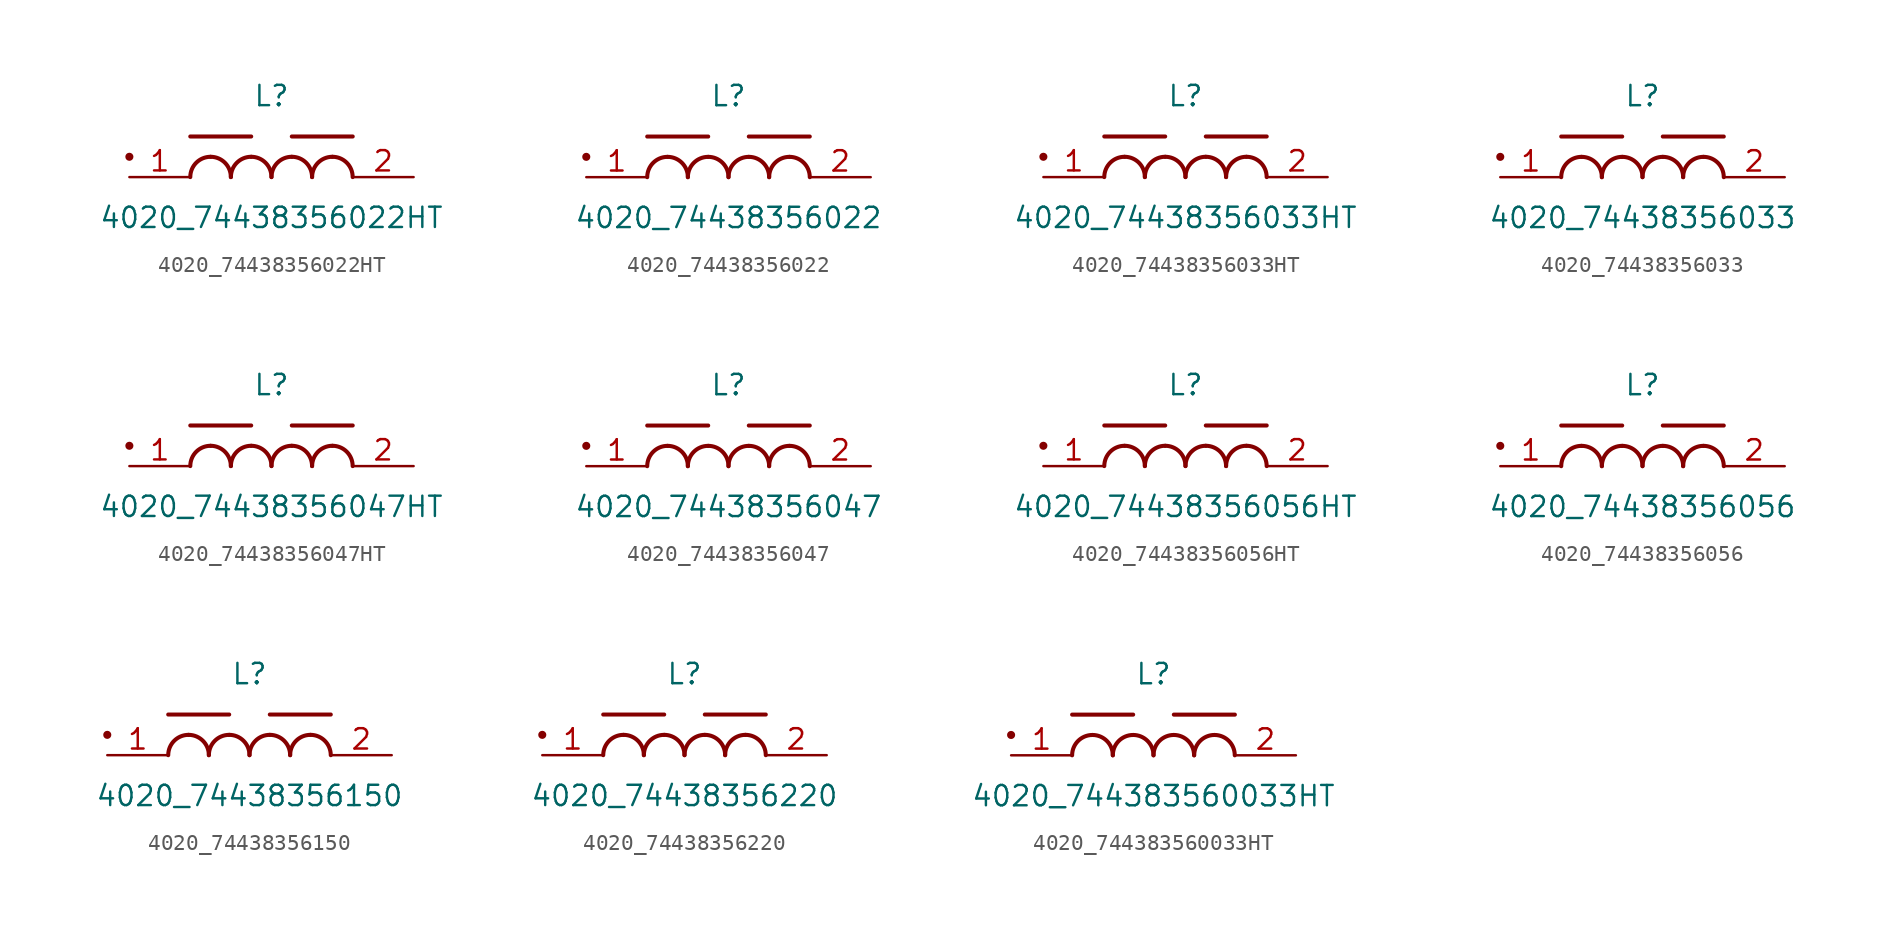
<source format=kicad_sym>
(kicad_symbol_lib
  (version 20211014)
  (generator kicad_symbol_editor)
  (symbol "Inductor_Wurth_WE-MAPI:4020_74438356022HT"
    (pin_names hide)
    (property "Reference" "L"
      (at 0 5.08 0)
      (effects (font (size 1.27 1.27))))
    (property "Value" "4020_74438356022HT"
      (at 0 -2.54 0)
      (effects (font (size 1.27 1.27))))
    (symbol "4020_74438356022HT_0_1"
      (circle (center -8.89 1.27) (radius 0.0001) (stroke (width 0.254)) (stroke (width 0.254) (type default) (color 0 0 0 0)) (fill (type none)))
      (arc (start -3.81 1.27) (mid -4.708 0.898) (end -5.08 0) (stroke (width 0.254) (type default) (color 0 0 0 0)) (fill (type none)))
      (arc (start -2.54 0) (mid -2.912 0.898) (end -3.81 1.27) (stroke (width 0.254) (type default) (color 0 0 0 0)) (fill (type none)))
      (arc (start -1.2699 1.2701) (mid -2.1679 0.8981) (end -2.5399 0.0001) (stroke (width 0.254) (type default) (color 0 0 0 0)) (fill (type none)))
      (polyline (pts (xy -5.08 2.54) (xy -1.27 2.54)) (stroke (width 0.254) (type default) (color 0 0 0 0)) (fill (type none)))
      (polyline (pts (xy 5.08 2.54) (xy 1.27 2.54)) (stroke (width 0.254) (type default) (color 0 0 0 0)) (fill (type none)))
      (arc (start 0.0001 0.0001) (mid -0.3719 0.8981) (end -1.2699 1.2701) (stroke (width 0.254) (type default) (color 0 0 0 0)) (fill (type none)))
      (arc (start 1.2701 1.2701) (mid 0.3721 0.8981) (end 0.0001 0.0001) (stroke (width 0.254) (type default) (color 0 0 0 0)) (fill (type none)))
      (arc (start 2.5401 0.0001) (mid 2.1681 0.8981) (end 1.2701 1.2701) (stroke (width 0.254) (type default) (color 0 0 0 0)) (fill (type none)))
      (arc (start 3.8101 1.2701) (mid 2.9121 0.8981) (end 2.5401 0.0001) (stroke (width 0.254) (type default) (color 0 0 0 0)) (fill (type none)))
      (arc (start 5.0801 0.0001) (mid 4.7081 0.8981) (end 3.8101 1.2701) (stroke (width 0.254) (type default) (color 0 0 0 0)) (fill (type none))))
    (symbol "4020_74438356022HT_1_1"
      (pin passive line (at -8.89 0 0) (length 3.81) (name "1" (effects (font (size 1.27 1.27)))) (number "1" (effects (font (size 1.27 1.27)))))
      (pin passive line (at 8.89 0 180) (length 3.81) (name "2" (effects (font (size 1.27 1.27)))) (number "2" (effects (font (size 1.27 1.27)))))))
  (symbol "Inductor_Wurth_WE-MAPI:4020_74438356022"
    (pin_names hide)
    (property "Reference" "L"
      (at 0 5.08 0)
      (effects (font (size 1.27 1.27))))
    (property "Value" "4020_74438356022"
      (at 0 -2.54 0)
      (effects (font (size 1.27 1.27))))
    (symbol "4020_74438356022_0_1"
      (circle (center -8.89 1.27) (radius 0.0001) (stroke (width 0.254)) (stroke (width 0.254) (type default) (color 0 0 0 0)) (fill (type none)))
      (arc (start -3.81 1.27) (mid -4.708 0.898) (end -5.08 0) (stroke (width 0.254) (type default) (color 0 0 0 0)) (fill (type none)))
      (arc (start -2.54 0) (mid -2.912 0.898) (end -3.81 1.27) (stroke (width 0.254) (type default) (color 0 0 0 0)) (fill (type none)))
      (arc (start -1.2699 1.2701) (mid -2.1679 0.8981) (end -2.5399 0.0001) (stroke (width 0.254) (type default) (color 0 0 0 0)) (fill (type none)))
      (polyline (pts (xy -5.08 2.54) (xy -1.27 2.54)) (stroke (width 0.254) (type default) (color 0 0 0 0)) (fill (type none)))
      (polyline (pts (xy 5.08 2.54) (xy 1.27 2.54)) (stroke (width 0.254) (type default) (color 0 0 0 0)) (fill (type none)))
      (arc (start 0.0001 0.0001) (mid -0.3719 0.8981) (end -1.2699 1.2701) (stroke (width 0.254) (type default) (color 0 0 0 0)) (fill (type none)))
      (arc (start 1.2701 1.2701) (mid 0.3721 0.8981) (end 0.0001 0.0001) (stroke (width 0.254) (type default) (color 0 0 0 0)) (fill (type none)))
      (arc (start 2.5401 0.0001) (mid 2.1681 0.8981) (end 1.2701 1.2701) (stroke (width 0.254) (type default) (color 0 0 0 0)) (fill (type none)))
      (arc (start 3.8101 1.2701) (mid 2.9121 0.8981) (end 2.5401 0.0001) (stroke (width 0.254) (type default) (color 0 0 0 0)) (fill (type none)))
      (arc (start 5.0801 0.0001) (mid 4.7081 0.8981) (end 3.8101 1.2701) (stroke (width 0.254) (type default) (color 0 0 0 0)) (fill (type none))))
    (symbol "4020_74438356022_1_1"
      (pin passive line (at -8.89 0 0) (length 3.81) (name "1" (effects (font (size 1.27 1.27)))) (number "1" (effects (font (size 1.27 1.27)))))
      (pin passive line (at 8.89 0 180) (length 3.81) (name "2" (effects (font (size 1.27 1.27)))) (number "2" (effects (font (size 1.27 1.27)))))))
  (symbol "Inductor_Wurth_WE-MAPI:4020_74438356033HT"
    (pin_names hide)
    (property "Reference" "L"
      (at 0 5.08 0)
      (effects (font (size 1.27 1.27))))
    (property "Value" "4020_74438356033HT"
      (at 0 -2.54 0)
      (effects (font (size 1.27 1.27))))
    (symbol "4020_74438356033HT_0_1"
      (circle (center -8.89 1.27) (radius 0.0001) (stroke (width 0.254)) (stroke (width 0.254) (type default) (color 0 0 0 0)) (fill (type none)))
      (arc (start -3.81 1.27) (mid -4.708 0.898) (end -5.08 0) (stroke (width 0.254) (type default) (color 0 0 0 0)) (fill (type none)))
      (arc (start -2.54 0) (mid -2.912 0.898) (end -3.81 1.27) (stroke (width 0.254) (type default) (color 0 0 0 0)) (fill (type none)))
      (arc (start -1.2699 1.2701) (mid -2.1679 0.8981) (end -2.5399 0.0001) (stroke (width 0.254) (type default) (color 0 0 0 0)) (fill (type none)))
      (polyline (pts (xy -5.08 2.54) (xy -1.27 2.54)) (stroke (width 0.254) (type default) (color 0 0 0 0)) (fill (type none)))
      (polyline (pts (xy 5.08 2.54) (xy 1.27 2.54)) (stroke (width 0.254) (type default) (color 0 0 0 0)) (fill (type none)))
      (arc (start 0.0001 0.0001) (mid -0.3719 0.8981) (end -1.2699 1.2701) (stroke (width 0.254) (type default) (color 0 0 0 0)) (fill (type none)))
      (arc (start 1.2701 1.2701) (mid 0.3721 0.8981) (end 0.0001 0.0001) (stroke (width 0.254) (type default) (color 0 0 0 0)) (fill (type none)))
      (arc (start 2.5401 0.0001) (mid 2.1681 0.8981) (end 1.2701 1.2701) (stroke (width 0.254) (type default) (color 0 0 0 0)) (fill (type none)))
      (arc (start 3.8101 1.2701) (mid 2.9121 0.8981) (end 2.5401 0.0001) (stroke (width 0.254) (type default) (color 0 0 0 0)) (fill (type none)))
      (arc (start 5.0801 0.0001) (mid 4.7081 0.8981) (end 3.8101 1.2701) (stroke (width 0.254) (type default) (color 0 0 0 0)) (fill (type none))))
    (symbol "4020_74438356033HT_1_1"
      (pin passive line (at -8.89 0 0) (length 3.81) (name "1" (effects (font (size 1.27 1.27)))) (number "1" (effects (font (size 1.27 1.27)))))
      (pin passive line (at 8.89 0 180) (length 3.81) (name "2" (effects (font (size 1.27 1.27)))) (number "2" (effects (font (size 1.27 1.27)))))))
  (symbol "Inductor_Wurth_WE-MAPI:4020_74438356033"
    (pin_names hide)
    (property "Reference" "L"
      (at 0 5.08 0)
      (effects (font (size 1.27 1.27))))
    (property "Value" "4020_74438356033"
      (at 0 -2.54 0)
      (effects (font (size 1.27 1.27))))
    (symbol "4020_74438356033_0_1"
      (circle (center -8.89 1.27) (radius 0.0001) (stroke (width 0.254)) (stroke (width 0.254) (type default) (color 0 0 0 0)) (fill (type none)))
      (arc (start -3.81 1.27) (mid -4.708 0.898) (end -5.08 0) (stroke (width 0.254) (type default) (color 0 0 0 0)) (fill (type none)))
      (arc (start -2.54 0) (mid -2.912 0.898) (end -3.81 1.27) (stroke (width 0.254) (type default) (color 0 0 0 0)) (fill (type none)))
      (arc (start -1.2699 1.2701) (mid -2.1679 0.8981) (end -2.5399 0.0001) (stroke (width 0.254) (type default) (color 0 0 0 0)) (fill (type none)))
      (polyline (pts (xy -5.08 2.54) (xy -1.27 2.54)) (stroke (width 0.254) (type default) (color 0 0 0 0)) (fill (type none)))
      (polyline (pts (xy 5.08 2.54) (xy 1.27 2.54)) (stroke (width 0.254) (type default) (color 0 0 0 0)) (fill (type none)))
      (arc (start 0.0001 0.0001) (mid -0.3719 0.8981) (end -1.2699 1.2701) (stroke (width 0.254) (type default) (color 0 0 0 0)) (fill (type none)))
      (arc (start 1.2701 1.2701) (mid 0.3721 0.8981) (end 0.0001 0.0001) (stroke (width 0.254) (type default) (color 0 0 0 0)) (fill (type none)))
      (arc (start 2.5401 0.0001) (mid 2.1681 0.8981) (end 1.2701 1.2701) (stroke (width 0.254) (type default) (color 0 0 0 0)) (fill (type none)))
      (arc (start 3.8101 1.2701) (mid 2.9121 0.8981) (end 2.5401 0.0001) (stroke (width 0.254) (type default) (color 0 0 0 0)) (fill (type none)))
      (arc (start 5.0801 0.0001) (mid 4.7081 0.8981) (end 3.8101 1.2701) (stroke (width 0.254) (type default) (color 0 0 0 0)) (fill (type none))))
    (symbol "4020_74438356033_1_1"
      (pin passive line (at -8.89 0 0) (length 3.81) (name "1" (effects (font (size 1.27 1.27)))) (number "1" (effects (font (size 1.27 1.27)))))
      (pin passive line (at 8.89 0 180) (length 3.81) (name "2" (effects (font (size 1.27 1.27)))) (number "2" (effects (font (size 1.27 1.27)))))))
  (symbol "Inductor_Wurth_WE-MAPI:4020_74438356047HT"
    (pin_names hide)
    (property "Reference" "L"
      (at 0 5.08 0)
      (effects (font (size 1.27 1.27))))
    (property "Value" "4020_74438356047HT"
      (at 0 -2.54 0)
      (effects (font (size 1.27 1.27))))
    (symbol "4020_74438356047HT_0_1"
      (circle (center -8.89 1.27) (radius 0.0001) (stroke (width 0.254)) (stroke (width 0.254) (type default) (color 0 0 0 0)) (fill (type none)))
      (arc (start -3.81 1.27) (mid -4.708 0.898) (end -5.08 0) (stroke (width 0.254) (type default) (color 0 0 0 0)) (fill (type none)))
      (arc (start -2.54 0) (mid -2.912 0.898) (end -3.81 1.27) (stroke (width 0.254) (type default) (color 0 0 0 0)) (fill (type none)))
      (arc (start -1.2699 1.2701) (mid -2.1679 0.8981) (end -2.5399 0.0001) (stroke (width 0.254) (type default) (color 0 0 0 0)) (fill (type none)))
      (polyline (pts (xy -5.08 2.54) (xy -1.27 2.54)) (stroke (width 0.254) (type default) (color 0 0 0 0)) (fill (type none)))
      (polyline (pts (xy 5.08 2.54) (xy 1.27 2.54)) (stroke (width 0.254) (type default) (color 0 0 0 0)) (fill (type none)))
      (arc (start 0.0001 0.0001) (mid -0.3719 0.8981) (end -1.2699 1.2701) (stroke (width 0.254) (type default) (color 0 0 0 0)) (fill (type none)))
      (arc (start 1.2701 1.2701) (mid 0.3721 0.8981) (end 0.0001 0.0001) (stroke (width 0.254) (type default) (color 0 0 0 0)) (fill (type none)))
      (arc (start 2.5401 0.0001) (mid 2.1681 0.8981) (end 1.2701 1.2701) (stroke (width 0.254) (type default) (color 0 0 0 0)) (fill (type none)))
      (arc (start 3.8101 1.2701) (mid 2.9121 0.8981) (end 2.5401 0.0001) (stroke (width 0.254) (type default) (color 0 0 0 0)) (fill (type none)))
      (arc (start 5.0801 0.0001) (mid 4.7081 0.8981) (end 3.8101 1.2701) (stroke (width 0.254) (type default) (color 0 0 0 0)) (fill (type none))))
    (symbol "4020_74438356047HT_1_1"
      (pin passive line (at -8.89 0 0) (length 3.81) (name "1" (effects (font (size 1.27 1.27)))) (number "1" (effects (font (size 1.27 1.27)))))
      (pin passive line (at 8.89 0 180) (length 3.81) (name "2" (effects (font (size 1.27 1.27)))) (number "2" (effects (font (size 1.27 1.27)))))))
  (symbol "Inductor_Wurth_WE-MAPI:4020_74438356047"
    (pin_names hide)
    (property "Reference" "L"
      (at 0 5.08 0)
      (effects (font (size 1.27 1.27))))
    (property "Value" "4020_74438356047"
      (at 0 -2.54 0)
      (effects (font (size 1.27 1.27))))
    (symbol "4020_74438356047_0_1"
      (circle (center -8.89 1.27) (radius 0.0001) (stroke (width 0.254)) (stroke (width 0.254) (type default) (color 0 0 0 0)) (fill (type none)))
      (arc (start -3.81 1.27) (mid -4.708 0.898) (end -5.08 0) (stroke (width 0.254) (type default) (color 0 0 0 0)) (fill (type none)))
      (arc (start -2.54 0) (mid -2.912 0.898) (end -3.81 1.27) (stroke (width 0.254) (type default) (color 0 0 0 0)) (fill (type none)))
      (arc (start -1.2699 1.2701) (mid -2.1679 0.8981) (end -2.5399 0.0001) (stroke (width 0.254) (type default) (color 0 0 0 0)) (fill (type none)))
      (polyline (pts (xy -5.08 2.54) (xy -1.27 2.54)) (stroke (width 0.254) (type default) (color 0 0 0 0)) (fill (type none)))
      (polyline (pts (xy 5.08 2.54) (xy 1.27 2.54)) (stroke (width 0.254) (type default) (color 0 0 0 0)) (fill (type none)))
      (arc (start 0.0001 0.0001) (mid -0.3719 0.8981) (end -1.2699 1.2701) (stroke (width 0.254) (type default) (color 0 0 0 0)) (fill (type none)))
      (arc (start 1.2701 1.2701) (mid 0.3721 0.8981) (end 0.0001 0.0001) (stroke (width 0.254) (type default) (color 0 0 0 0)) (fill (type none)))
      (arc (start 2.5401 0.0001) (mid 2.1681 0.8981) (end 1.2701 1.2701) (stroke (width 0.254) (type default) (color 0 0 0 0)) (fill (type none)))
      (arc (start 3.8101 1.2701) (mid 2.9121 0.8981) (end 2.5401 0.0001) (stroke (width 0.254) (type default) (color 0 0 0 0)) (fill (type none)))
      (arc (start 5.0801 0.0001) (mid 4.7081 0.8981) (end 3.8101 1.2701) (stroke (width 0.254) (type default) (color 0 0 0 0)) (fill (type none))))
    (symbol "4020_74438356047_1_1"
      (pin passive line (at -8.89 0 0) (length 3.81) (name "1" (effects (font (size 1.27 1.27)))) (number "1" (effects (font (size 1.27 1.27)))))
      (pin passive line (at 8.89 0 180) (length 3.81) (name "2" (effects (font (size 1.27 1.27)))) (number "2" (effects (font (size 1.27 1.27)))))))
  (symbol "Inductor_Wurth_WE-MAPI:4020_74438356056HT"
    (pin_names hide)
    (property "Reference" "L"
      (at 0 5.08 0)
      (effects (font (size 1.27 1.27))))
    (property "Value" "4020_74438356056HT"
      (at 0 -2.54 0)
      (effects (font (size 1.27 1.27))))
    (symbol "4020_74438356056HT_0_1"
      (circle (center -8.89 1.27) (radius 0.0001) (stroke (width 0.254)) (stroke (width 0.254) (type default) (color 0 0 0 0)) (fill (type none)))
      (arc (start -3.81 1.27) (mid -4.708 0.898) (end -5.08 0) (stroke (width 0.254) (type default) (color 0 0 0 0)) (fill (type none)))
      (arc (start -2.54 0) (mid -2.912 0.898) (end -3.81 1.27) (stroke (width 0.254) (type default) (color 0 0 0 0)) (fill (type none)))
      (arc (start -1.2699 1.2701) (mid -2.1679 0.8981) (end -2.5399 0.0001) (stroke (width 0.254) (type default) (color 0 0 0 0)) (fill (type none)))
      (polyline (pts (xy -5.08 2.54) (xy -1.27 2.54)) (stroke (width 0.254) (type default) (color 0 0 0 0)) (fill (type none)))
      (polyline (pts (xy 5.08 2.54) (xy 1.27 2.54)) (stroke (width 0.254) (type default) (color 0 0 0 0)) (fill (type none)))
      (arc (start 0.0001 0.0001) (mid -0.3719 0.8981) (end -1.2699 1.2701) (stroke (width 0.254) (type default) (color 0 0 0 0)) (fill (type none)))
      (arc (start 1.2701 1.2701) (mid 0.3721 0.8981) (end 0.0001 0.0001) (stroke (width 0.254) (type default) (color 0 0 0 0)) (fill (type none)))
      (arc (start 2.5401 0.0001) (mid 2.1681 0.8981) (end 1.2701 1.2701) (stroke (width 0.254) (type default) (color 0 0 0 0)) (fill (type none)))
      (arc (start 3.8101 1.2701) (mid 2.9121 0.8981) (end 2.5401 0.0001) (stroke (width 0.254) (type default) (color 0 0 0 0)) (fill (type none)))
      (arc (start 5.0801 0.0001) (mid 4.7081 0.8981) (end 3.8101 1.2701) (stroke (width 0.254) (type default) (color 0 0 0 0)) (fill (type none))))
    (symbol "4020_74438356056HT_1_1"
      (pin passive line (at -8.89 0 0) (length 3.81) (name "1" (effects (font (size 1.27 1.27)))) (number "1" (effects (font (size 1.27 1.27)))))
      (pin passive line (at 8.89 0 180) (length 3.81) (name "2" (effects (font (size 1.27 1.27)))) (number "2" (effects (font (size 1.27 1.27)))))))
  (symbol "Inductor_Wurth_WE-MAPI:4020_74438356056"
    (pin_names hide)
    (property "Reference" "L"
      (at 0 5.08 0)
      (effects (font (size 1.27 1.27))))
    (property "Value" "4020_74438356056"
      (at 0 -2.54 0)
      (effects (font (size 1.27 1.27))))
    (symbol "4020_74438356056_0_1"
      (circle (center -8.89 1.27) (radius 0.0001) (stroke (width 0.254)) (stroke (width 0.254) (type default) (color 0 0 0 0)) (fill (type none)))
      (arc (start -3.81 1.27) (mid -4.708 0.898) (end -5.08 0) (stroke (width 0.254) (type default) (color 0 0 0 0)) (fill (type none)))
      (arc (start -2.54 0) (mid -2.912 0.898) (end -3.81 1.27) (stroke (width 0.254) (type default) (color 0 0 0 0)) (fill (type none)))
      (arc (start -1.2699 1.2701) (mid -2.1679 0.8981) (end -2.5399 0.0001) (stroke (width 0.254) (type default) (color 0 0 0 0)) (fill (type none)))
      (polyline (pts (xy -5.08 2.54) (xy -1.27 2.54)) (stroke (width 0.254) (type default) (color 0 0 0 0)) (fill (type none)))
      (polyline (pts (xy 5.08 2.54) (xy 1.27 2.54)) (stroke (width 0.254) (type default) (color 0 0 0 0)) (fill (type none)))
      (arc (start 0.0001 0.0001) (mid -0.3719 0.8981) (end -1.2699 1.2701) (stroke (width 0.254) (type default) (color 0 0 0 0)) (fill (type none)))
      (arc (start 1.2701 1.2701) (mid 0.3721 0.8981) (end 0.0001 0.0001) (stroke (width 0.254) (type default) (color 0 0 0 0)) (fill (type none)))
      (arc (start 2.5401 0.0001) (mid 2.1681 0.8981) (end 1.2701 1.2701) (stroke (width 0.254) (type default) (color 0 0 0 0)) (fill (type none)))
      (arc (start 3.8101 1.2701) (mid 2.9121 0.8981) (end 2.5401 0.0001) (stroke (width 0.254) (type default) (color 0 0 0 0)) (fill (type none)))
      (arc (start 5.0801 0.0001) (mid 4.7081 0.8981) (end 3.8101 1.2701) (stroke (width 0.254) (type default) (color 0 0 0 0)) (fill (type none))))
    (symbol "4020_74438356056_1_1"
      (pin passive line (at -8.89 0 0) (length 3.81) (name "1" (effects (font (size 1.27 1.27)))) (number "1" (effects (font (size 1.27 1.27)))))
      (pin passive line (at 8.89 0 180) (length 3.81) (name "2" (effects (font (size 1.27 1.27)))) (number "2" (effects (font (size 1.27 1.27)))))))
  (symbol "Inductor_Wurth_WE-MAPI:4020_74438356150"
    (pin_names hide)
    (property "Reference" "L"
      (at 0 5.08 0)
      (effects (font (size 1.27 1.27))))
    (property "Value" "4020_74438356150"
      (at 0 -2.54 0)
      (effects (font (size 1.27 1.27))))
    (symbol "4020_74438356150_0_1"
      (circle (center -8.89 1.27) (radius 0.0001) (stroke (width 0.254)) (stroke (width 0.254) (type default) (color 0 0 0 0)) (fill (type none)))
      (arc (start -3.81 1.27) (mid -4.708 0.898) (end -5.08 0) (stroke (width 0.254) (type default) (color 0 0 0 0)) (fill (type none)))
      (arc (start -2.54 0) (mid -2.912 0.898) (end -3.81 1.27) (stroke (width 0.254) (type default) (color 0 0 0 0)) (fill (type none)))
      (arc (start -1.2699 1.2701) (mid -2.1679 0.8981) (end -2.5399 0.0001) (stroke (width 0.254) (type default) (color 0 0 0 0)) (fill (type none)))
      (polyline (pts (xy -5.08 2.54) (xy -1.27 2.54)) (stroke (width 0.254) (type default) (color 0 0 0 0)) (fill (type none)))
      (polyline (pts (xy 5.08 2.54) (xy 1.27 2.54)) (stroke (width 0.254) (type default) (color 0 0 0 0)) (fill (type none)))
      (arc (start 0.0001 0.0001) (mid -0.3719 0.8981) (end -1.2699 1.2701) (stroke (width 0.254) (type default) (color 0 0 0 0)) (fill (type none)))
      (arc (start 1.2701 1.2701) (mid 0.3721 0.8981) (end 0.0001 0.0001) (stroke (width 0.254) (type default) (color 0 0 0 0)) (fill (type none)))
      (arc (start 2.5401 0.0001) (mid 2.1681 0.8981) (end 1.2701 1.2701) (stroke (width 0.254) (type default) (color 0 0 0 0)) (fill (type none)))
      (arc (start 3.8101 1.2701) (mid 2.9121 0.8981) (end 2.5401 0.0001) (stroke (width 0.254) (type default) (color 0 0 0 0)) (fill (type none)))
      (arc (start 5.0801 0.0001) (mid 4.7081 0.8981) (end 3.8101 1.2701) (stroke (width 0.254) (type default) (color 0 0 0 0)) (fill (type none))))
    (symbol "4020_74438356150_1_1"
      (pin passive line (at -8.89 0 0) (length 3.81) (name "1" (effects (font (size 1.27 1.27)))) (number "1" (effects (font (size 1.27 1.27)))))
      (pin passive line (at 8.89 0 180) (length 3.81) (name "2" (effects (font (size 1.27 1.27)))) (number "2" (effects (font (size 1.27 1.27)))))))
  (symbol "Inductor_Wurth_WE-MAPI:4020_74438356220"
    (pin_names hide)
    (property "Reference" "L"
      (at 0 5.08 0)
      (effects (font (size 1.27 1.27))))
    (property "Value" "4020_74438356220"
      (at 0 -2.54 0)
      (effects (font (size 1.27 1.27))))
    (symbol "4020_74438356220_0_1"
      (circle (center -8.89 1.27) (radius 0.0001) (stroke (width 0.254)) (stroke (width 0.254) (type default) (color 0 0 0 0)) (fill (type none)))
      (arc (start -3.81 1.27) (mid -4.708 0.898) (end -5.08 0) (stroke (width 0.254) (type default) (color 0 0 0 0)) (fill (type none)))
      (arc (start -2.54 0) (mid -2.912 0.898) (end -3.81 1.27) (stroke (width 0.254) (type default) (color 0 0 0 0)) (fill (type none)))
      (arc (start -1.2699 1.2701) (mid -2.1679 0.8981) (end -2.5399 0.0001) (stroke (width 0.254) (type default) (color 0 0 0 0)) (fill (type none)))
      (polyline (pts (xy -5.08 2.54) (xy -1.27 2.54)) (stroke (width 0.254) (type default) (color 0 0 0 0)) (fill (type none)))
      (polyline (pts (xy 5.08 2.54) (xy 1.27 2.54)) (stroke (width 0.254) (type default) (color 0 0 0 0)) (fill (type none)))
      (arc (start 0.0001 0.0001) (mid -0.3719 0.8981) (end -1.2699 1.2701) (stroke (width 0.254) (type default) (color 0 0 0 0)) (fill (type none)))
      (arc (start 1.2701 1.2701) (mid 0.3721 0.8981) (end 0.0001 0.0001) (stroke (width 0.254) (type default) (color 0 0 0 0)) (fill (type none)))
      (arc (start 2.5401 0.0001) (mid 2.1681 0.8981) (end 1.2701 1.2701) (stroke (width 0.254) (type default) (color 0 0 0 0)) (fill (type none)))
      (arc (start 3.8101 1.2701) (mid 2.9121 0.8981) (end 2.5401 0.0001) (stroke (width 0.254) (type default) (color 0 0 0 0)) (fill (type none)))
      (arc (start 5.0801 0.0001) (mid 4.7081 0.8981) (end 3.8101 1.2701) (stroke (width 0.254) (type default) (color 0 0 0 0)) (fill (type none))))
    (symbol "4020_74438356220_1_1"
      (pin passive line (at -8.89 0 0) (length 3.81) (name "1" (effects (font (size 1.27 1.27)))) (number "1" (effects (font (size 1.27 1.27)))))
      (pin passive line (at 8.89 0 180) (length 3.81) (name "2" (effects (font (size 1.27 1.27)))) (number "2" (effects (font (size 1.27 1.27)))))))
  (symbol "Inductor_Wurth_WE-MAPI:4020_744383560033HT"
    (pin_names hide)
    (property "Reference" "L"
      (at 0 5.08 0)
      (effects (font (size 1.27 1.27))))
    (property "Value" "4020_744383560033HT"
      (at 0 -2.54 0)
      (effects (font (size 1.27 1.27))))
    (symbol "4020_744383560033HT_0_1"
      (circle (center -8.89 1.27) (radius 0.0001) (stroke (width 0.254)) (stroke (width 0.254) (type default) (color 0 0 0 0)) (fill (type none)))
      (arc (start -3.81 1.27) (mid -4.708 0.898) (end -5.08 0) (stroke (width 0.254) (type default) (color 0 0 0 0)) (fill (type none)))
      (arc (start -2.54 0) (mid -2.912 0.898) (end -3.81 1.27) (stroke (width 0.254) (type default) (color 0 0 0 0)) (fill (type none)))
      (arc (start -1.2699 1.2701) (mid -2.1679 0.8981) (end -2.5399 0.0001) (stroke (width 0.254) (type default) (color 0 0 0 0)) (fill (type none)))
      (polyline (pts (xy -5.08 2.54) (xy -1.27 2.54)) (stroke (width 0.254) (type default) (color 0 0 0 0)) (fill (type none)))
      (polyline (pts (xy 5.08 2.54) (xy 1.27 2.54)) (stroke (width 0.254) (type default) (color 0 0 0 0)) (fill (type none)))
      (arc (start 0.0001 0.0001) (mid -0.3719 0.8981) (end -1.2699 1.2701) (stroke (width 0.254) (type default) (color 0 0 0 0)) (fill (type none)))
      (arc (start 1.2701 1.2701) (mid 0.3721 0.8981) (end 0.0001 0.0001) (stroke (width 0.254) (type default) (color 0 0 0 0)) (fill (type none)))
      (arc (start 2.5401 0.0001) (mid 2.1681 0.8981) (end 1.2701 1.2701) (stroke (width 0.254) (type default) (color 0 0 0 0)) (fill (type none)))
      (arc (start 3.8101 1.2701) (mid 2.9121 0.8981) (end 2.5401 0.0001) (stroke (width 0.254) (type default) (color 0 0 0 0)) (fill (type none)))
      (arc (start 5.0801 0.0001) (mid 4.7081 0.8981) (end 3.8101 1.2701) (stroke (width 0.254) (type default) (color 0 0 0 0)) (fill (type none))))
    (symbol "4020_744383560033HT_1_1"
      (pin passive line (at -8.89 0 0) (length 3.81) (name "1" (effects (font (size 1.27 1.27)))) (number "1" (effects (font (size 1.27 1.27)))))
      (pin passive line (at 8.89 0 180) (length 3.81) (name "2" (effects (font (size 1.27 1.27)))) (number "2" (effects (font (size 1.27 1.27))))))))
</source>
